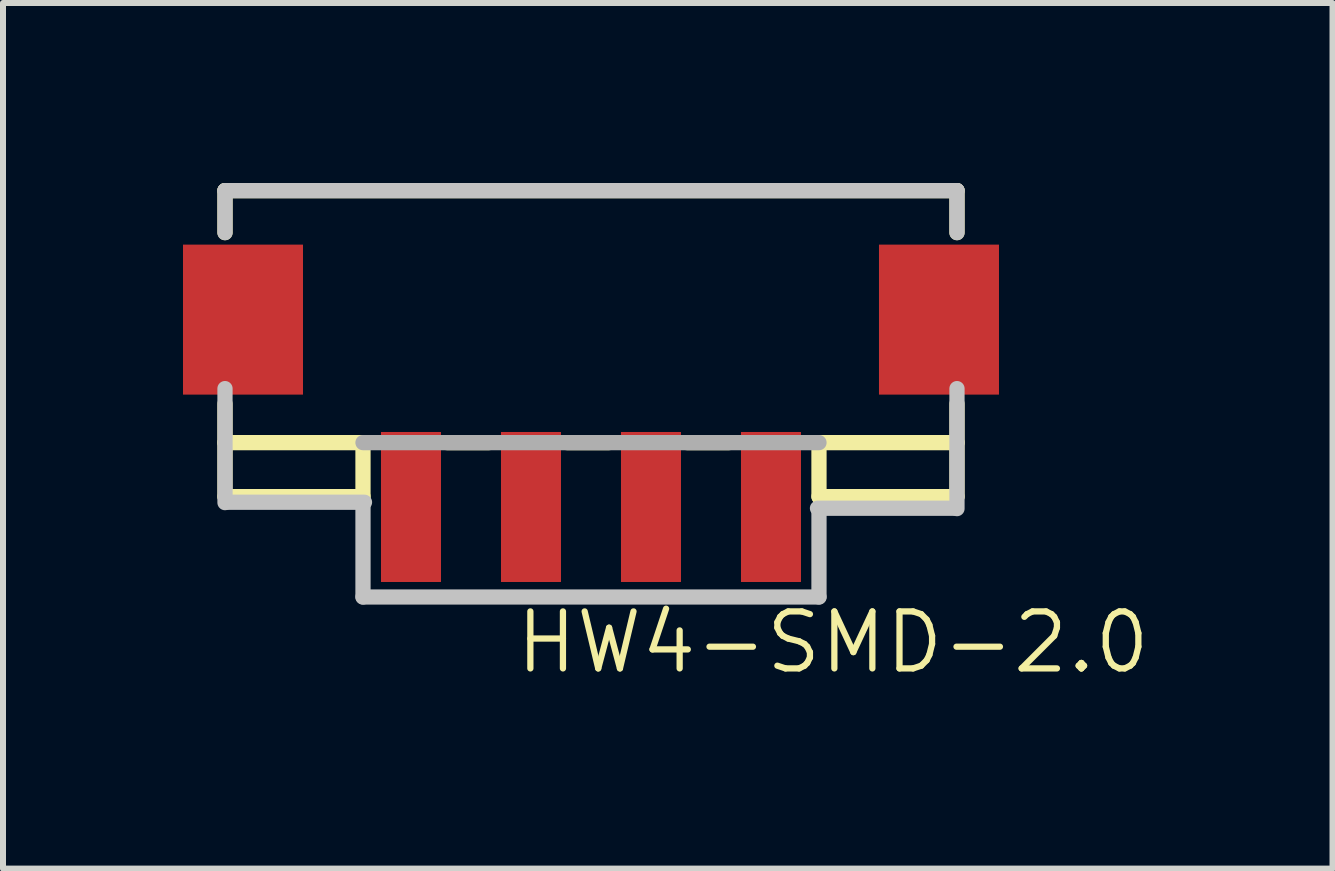
<source format=kicad_pcb>
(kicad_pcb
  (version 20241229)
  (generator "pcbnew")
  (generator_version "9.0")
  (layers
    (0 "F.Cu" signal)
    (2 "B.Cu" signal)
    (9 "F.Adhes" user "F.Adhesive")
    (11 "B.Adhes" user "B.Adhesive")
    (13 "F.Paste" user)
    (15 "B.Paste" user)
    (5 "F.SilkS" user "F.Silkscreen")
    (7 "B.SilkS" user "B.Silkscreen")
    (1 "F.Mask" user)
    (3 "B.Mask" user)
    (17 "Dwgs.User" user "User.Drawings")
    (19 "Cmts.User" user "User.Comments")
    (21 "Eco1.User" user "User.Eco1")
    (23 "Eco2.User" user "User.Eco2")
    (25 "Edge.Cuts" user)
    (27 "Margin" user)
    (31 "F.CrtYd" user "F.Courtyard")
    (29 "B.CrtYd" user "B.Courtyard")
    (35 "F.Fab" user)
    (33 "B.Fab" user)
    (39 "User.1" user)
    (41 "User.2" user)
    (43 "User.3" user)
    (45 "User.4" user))
  (footprint "HW4-SMD-2.0"
    (layer "F.Cu")
    (at 6.8 5.4)
    (property "Reference" "HW4-SMD-2.0" (at -1.305 2.812 180) (layer "F.SilkS") (effects (font (size 0.95 0.95) (thickness 0.104)) (justify left bottom)))
    (attr through_hole)
    (fp_line (start -6.1 -5.273) (end -6.1 -4.573) (stroke (width 0.254) (type solid)) (layer "F.SilkS"))
    (fp_line (start -6.1 -5.273) (end 6.1 -5.273) (stroke (width 0.254) (type solid)) (layer "F.SilkS"))
    (fp_line (start -6.1 -1.073) (end -6.1 -1.719) (stroke (width 0.254) (type solid)) (layer "F.SilkS"))
    (fp_line (start -6.1 -1.073) (end -6.1 -0.173) (stroke (width 0.254) (type solid)) (layer "F.SilkS"))
    (fp_line (start -6.1 -1.073) (end -3.8 -1.073) (stroke (width 0.254) (type solid)) (layer "F.SilkS"))
    (fp_line (start -6.1 -0.173) (end -3.8 -0.173) (stroke (width 0.254) (type solid)) (layer "F.SilkS"))
    (fp_line (start -3.8 -0.173) (end -3.8 -1.073) (stroke (width 0.254) (type solid)) (layer "F.SilkS"))
    (fp_line (start -2.4 -1.073) (end -1.7 -1.073) (stroke (width 0.254) (type solid)) (layer "F.SilkS"))
    (fp_line (start -0.4 -1.073) (end 0.3 -1.073) (stroke (width 0.254) (type solid)) (layer "F.SilkS"))
    (fp_line (start 1.6 -1.073) (end 2.3 -1.073) (stroke (width 0.254) (type solid)) (layer "F.SilkS"))
    (fp_line (start 3.8 -1.073) (end 3.8 -0.173) (stroke (width 0.254) (type solid)) (layer "F.SilkS"))
    (fp_line (start 3.8 -1.073) (end 6.1 -1.073) (stroke (width 0.254) (type solid)) (layer "F.SilkS"))
    (fp_line (start 3.8 -0.173) (end 6.1 -0.173) (stroke (width 0.254) (type solid)) (layer "F.SilkS"))
    (fp_line (start 6.1 -5.273) (end 6.1 -4.573) (stroke (width 0.254) (type solid)) (layer "F.SilkS"))
    (fp_line (start 6.1 -1.073) (end 6.1 -1.719) (stroke (width 0.254) (type solid)) (layer "F.SilkS"))
    (fp_line (start 6.1 -0.173) (end 6.1 -1.073) (stroke (width 0.254) (type solid)) (layer "F.SilkS"))
    (fp_line (start -6.1 -5.273) (end -6.1 -4.573) (stroke (width 0.254) (type solid)) (layer "Dwgs.User"))
    (fp_line (start -6.1 -5.273) (end 6.1 -5.273) (stroke (width 0.254) (type solid)) (layer "Dwgs.User"))
    (fp_line (start -6.1 -1.973) (end -6.1 -0.073) (stroke (width 0.254) (type solid)) (layer "Dwgs.User"))
    (fp_line (start -6.053 -0.079) (end -3.775 -0.079) (stroke (width 0.254) (type solid)) (layer "Dwgs.User"))
    (fp_line (start -3.8 1.5) (end -3.8 -0.073) (stroke (width 0.254) (type solid)) (layer "Dwgs.User"))
    (fp_line (start 3.775 0.021) (end 6.053 0.021) (stroke (width 0.254) (type solid)) (layer "Dwgs.User"))
    (fp_line (start 3.8 0.027) (end 3.8 1.5) (stroke (width 0.254) (type solid)) (layer "Dwgs.User"))
    (fp_line (start 3.8 1.5) (end -3.8 1.5) (stroke (width 0.254) (type solid)) (layer "Dwgs.User"))
    (fp_line (start 6.1 -5.273) (end 6.1 -4.573) (stroke (width 0.254) (type solid)) (layer "Dwgs.User"))
    (fp_line (start 6.1 -1.973) (end 6.1 0.027) (stroke (width 0.254) (type solid)) (layer "Dwgs.User"))
    (fp_line (start -3.8 -1.073) (end 3.8 -1.073) (stroke (width 0.254) (type solid)) (layer "F.Fab"))
    (pad "1" smd rect (at -3 0 90) (size 2.5 1) (layers "F.Cu" "F.Mask" "F.Paste"))
    (pad "2" smd rect (at -1 0 90) (size 2.5 1) (layers "F.Cu" "F.Mask" "F.Paste"))
    (pad "3" smd rect (at 1 0 90) (size 2.5 1) (layers "F.Cu" "F.Mask" "F.Paste"))
    (pad "4" smd rect (at 3 0 90) (size 2.5 1) (layers "F.Cu" "F.Mask" "F.Paste"))
    (pad "SS1" smd rect (at -5.8 -3.123 90) (size 2.5 2) (layers "F.Cu" "F.Mask" "F.Paste"))
    (pad "SS2" smd rect (at 5.8 -3.123 90) (size 2.5 2) (layers "F.Cu" "F.Mask" "F.Paste")))
  (gr_rect
    (start -3 -3)
    (end 19.159 11.427)
    (stroke (width 0.1) (type default))
    (fill no)
    (layer "Edge.Cuts")))
</source>
